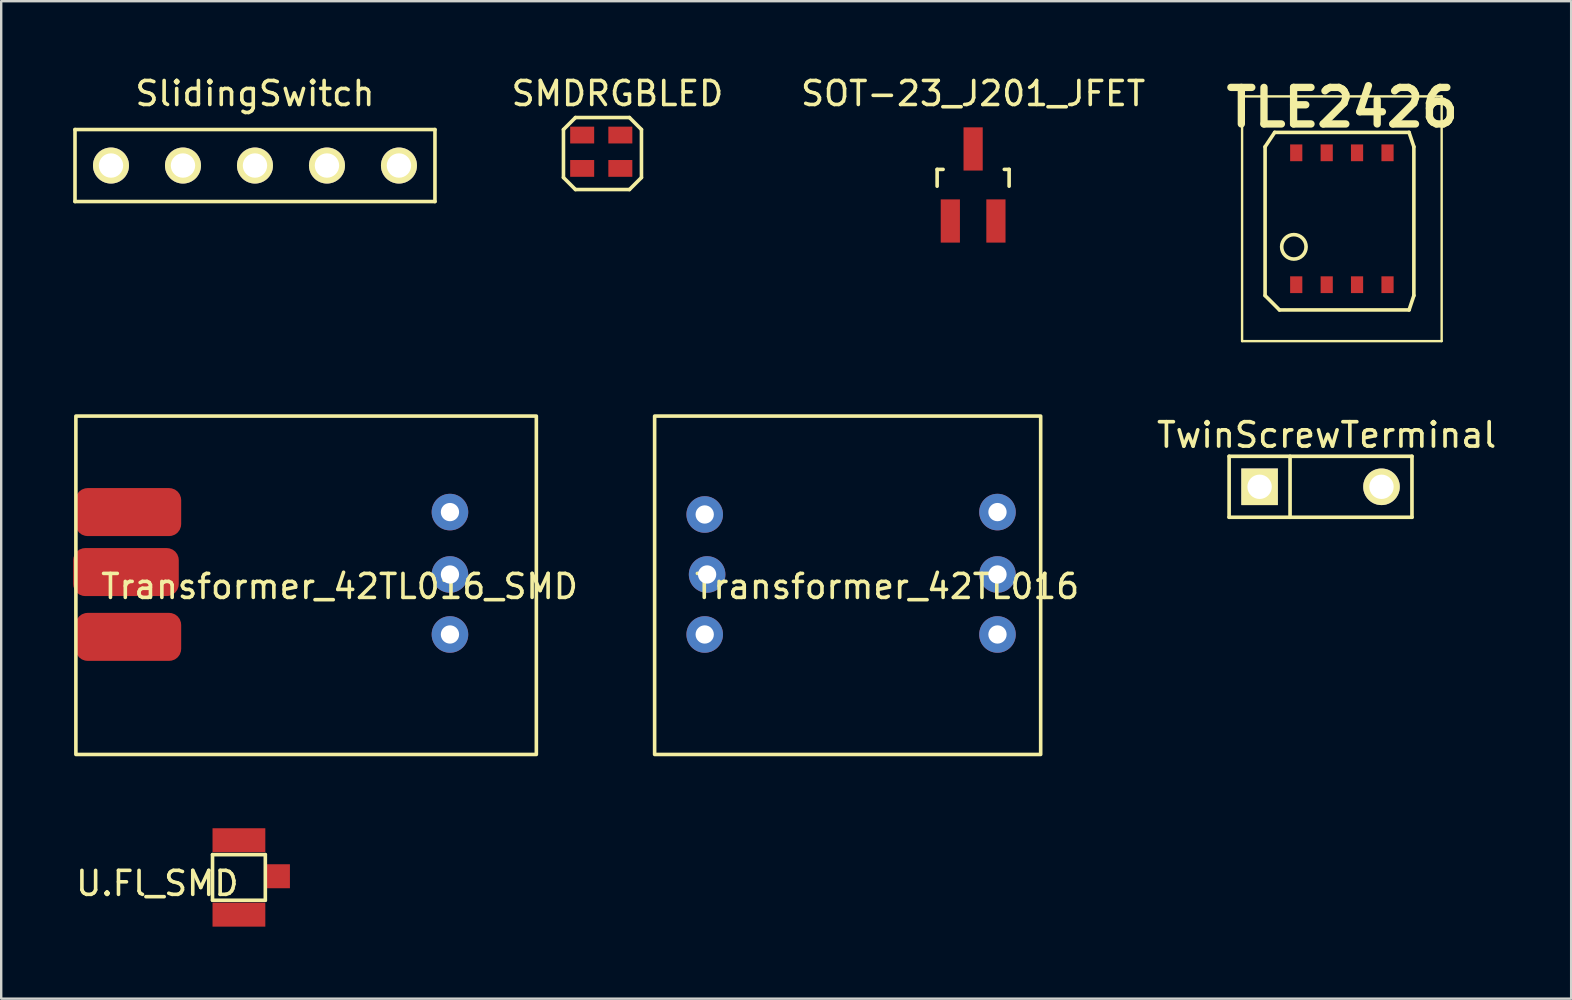
<source format=kicad_pcb>
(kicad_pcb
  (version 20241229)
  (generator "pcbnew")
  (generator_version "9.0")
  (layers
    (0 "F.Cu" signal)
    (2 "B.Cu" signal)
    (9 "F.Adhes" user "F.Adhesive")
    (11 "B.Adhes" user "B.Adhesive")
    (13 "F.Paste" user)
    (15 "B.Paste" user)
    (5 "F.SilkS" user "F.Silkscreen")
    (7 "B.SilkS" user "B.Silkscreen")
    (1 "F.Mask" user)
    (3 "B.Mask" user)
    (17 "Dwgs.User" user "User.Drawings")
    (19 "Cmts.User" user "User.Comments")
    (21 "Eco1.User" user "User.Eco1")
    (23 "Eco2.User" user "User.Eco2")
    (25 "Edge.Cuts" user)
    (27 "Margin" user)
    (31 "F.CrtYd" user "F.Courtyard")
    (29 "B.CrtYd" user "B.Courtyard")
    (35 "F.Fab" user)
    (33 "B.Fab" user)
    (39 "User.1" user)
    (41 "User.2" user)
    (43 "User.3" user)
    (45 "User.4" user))
  (footprint "SOT-23_J201_JFET"
    (layer "F.Cu")
    (at 37.501 4.658)
    (property "Reference" "SOT-23_J201_JFET" (at 0 -3.81 0) (layer "F.SilkS") (effects (font (size 1 1) (thickness 0.15))))
    (attr smd)
    (fp_line (start -1.5 -0.65) (end -1.251 -0.65) (stroke (width 0.15) (type solid)) (layer "F.SilkS"))
    (fp_line (start -1.5 0.051) (end -1.5 -0.65) (stroke (width 0.15) (type solid)) (layer "F.SilkS"))
    (fp_line (start 1.299 -0.65) (end 1.5 -0.65) (stroke (width 0.15) (type solid)) (layer "F.SilkS"))
    (fp_line (start 1.5 -0.65) (end 1.5 0.051) (stroke (width 0.15) (type solid)) (layer "F.SilkS"))
    (pad "D" smd rect (at 0.95 1.501) (size 0.8 1.801) (layers "F.Cu" "F.Mask" "F.Paste"))
    (pad "G" smd rect (at 0 -1.501) (size 0.8 1.801) (layers "F.Cu" "F.Mask" "F.Paste"))
    (pad "S" smd rect (at -0.95 1.501) (size 0.8 1.801) (layers "F.Cu" "F.Mask" "F.Paste")))
  (footprint "SMDRGBLED"
    (layer "F.Cu")
    (at 22.68 3.848)
    (property "Reference" "SMDRGBLED" (at 0 -3 0) (layer "F.SilkS") (effects (font (size 1 1) (thickness 0.15))))
    (fp_line (start -2.25 -1.5) (end -2.25 0.5) (stroke (width 0.15) (type solid)) (layer "F.SilkS"))
    (fp_line (start -2.25 0.5) (end -1.75 1) (stroke (width 0.15) (type solid)) (layer "F.SilkS"))
    (fp_line (start -1.75 -2) (end -2.25 -1.5) (stroke (width 0.15) (type solid)) (layer "F.SilkS"))
    (fp_line (start -1.75 1) (end 0.5 1) (stroke (width 0.15) (type solid)) (layer "F.SilkS"))
    (fp_line (start 0.5 -2) (end -1.75 -2) (stroke (width 0.15) (type solid)) (layer "F.SilkS"))
    (fp_line (start 0.5 1) (end 1 0.5) (stroke (width 0.15) (type solid)) (layer "F.SilkS"))
    (fp_line (start 1 -1.5) (end 0.5 -2) (stroke (width 0.15) (type solid)) (layer "F.SilkS"))
    (fp_line (start 1 0.5) (end 1 -1.5) (stroke (width 0.15) (type solid)) (layer "F.SilkS"))
    (pad "1" smd rect (at 0.12 0.12) (size 1 0.7) (layers "F.Cu" "F.Mask" "F.Paste"))
    (pad "2" smd rect (at -1.47 -1.27) (size 1 0.7) (layers "F.Cu" "F.Mask" "F.Paste"))
    (pad "3" smd rect (at 0.12 -1.27) (size 1 0.7) (layers "F.Cu" "F.Mask" "F.Paste"))
    (pad "4" smd rect (at -1.47 0.12) (size 1 0.7) (layers "F.Cu" "F.Mask" "F.Paste")))
  (footprint "U.Fl_SMD"
    (layer "F.Cu")
    (at 5.806 34.464)
    (property "Reference" "U.Fl_SMD" (at -2.3 -0.7 0) (layer "F.SilkS") (effects (font (size 1 1) (thickness 0.15))))
    (attr through_hole)
    (fp_line (start 0 -1.9) (end 0 0) (stroke (width 0.15) (type solid)) (layer "F.SilkS"))
    (fp_line (start 0 0) (end 2.2 0) (stroke (width 0.15) (type solid)) (layer "F.SilkS"))
    (fp_line (start 2.2 -1.9) (end 0 -1.9) (stroke (width 0.15) (type solid)) (layer "F.SilkS"))
    (fp_line (start 2.2 0) (end 2.2 -1.9) (stroke (width 0.15) (type solid)) (layer "F.SilkS"))
    (pad "1" smd rect (at 1.1 -2.5) (size 2.2 1) (layers "F.Cu" "F.Mask" "F.Paste"))
    (pad "1" smd rect (at 1.1 0.6) (size 2.2 1) (layers "F.Cu" "F.Mask" "F.Paste"))
    (pad "2" smd rect (at 2.7 -1) (size 1.05 1) (layers "F.Cu" "F.Mask" "F.Paste")))
  (footprint "Transformer_42TL016"
    (layer "F.Cu")
    (at 26.316 18.389)
    (property "Reference" "Transformer_42TL016" (at 7.6 3 0) (unlocked yes) (layer "F.SilkS") (effects (font (size 1 1) (thickness 0.15))))
    (attr through_hole)
    (fp_rect (start -2.087 -4.1) (end 14 10) (stroke (width 0.15) (type default)) (fill no) (layer "F.SilkS"))
    (pad "1" thru_hole circle (at 0 0) (size 1.524 1.524) (drill 0.762) (layers "*.Cu" "*.Mask"))
    (pad "2" thru_hole circle (at 0.1 2.5) (size 1.524 1.524) (drill 0.762) (layers "*.Cu" "*.Mask"))
    (pad "3" thru_hole circle (at 0 5) (size 1.524 1.524) (drill 0.762) (layers "*.Cu" "*.Mask"))
    (pad "4" thru_hole circle (at 12.2 5) (size 1.524 1.524) (drill 0.762) (layers "*.Cu" "*.Mask"))
    (pad "5" thru_hole circle (at 12.2 2.5) (size 1.524 1.524) (drill 0.762) (layers "*.Cu" "*.Mask"))
    (pad "6" thru_hole circle (at 12.2 -0.1) (size 1.524 1.524) (drill 0.762) (layers "*.Cu" "*.Mask")))
  (footprint "SlidingSwitch"
    (layer "F.Cu")
    (at 7.575 3.848)
    (property "Reference" "SlidingSwitch" (at 0 -3 0) (layer "F.SilkS") (effects (font (size 1 1) (thickness 0.15))))
    (fp_line (start -7.5 -1.5) (end 7.5 -1.5) (stroke (width 0.15) (type solid)) (layer "F.SilkS"))
    (fp_line (start -7.5 1.5) (end -7.5 -1.5) (stroke (width 0.15) (type solid)) (layer "F.SilkS"))
    (fp_line (start 7.5 -1.5) (end 7.5 1.5) (stroke (width 0.15) (type solid)) (layer "F.SilkS"))
    (fp_line (start 7.5 1.5) (end -7.5 1.5) (stroke (width 0.15) (type solid)) (layer "F.SilkS"))
    (pad "1" thru_hole circle (at -3 0) (size 1.5 1.5) (drill 1.016) (layers "*.Cu" "*.Mask" "F.SilkS"))
    (pad "2" thru_hole circle (at 0 0) (size 1.5 1.5) (drill 1.016) (layers "*.Cu" "*.Mask" "F.SilkS"))
    (pad "3" thru_hole circle (at 3 0) (size 1.5 1.5) (drill 1.016) (layers "*.Cu" "*.Mask" "F.SilkS"))
    (pad "4" thru_hole circle (at 6 0) (size 1.5 1.5) (drill 1.016) (layers "*.Cu" "*.Mask" "F.SilkS"))
    (pad "5" thru_hole circle (at -6 0) (size 1.5 1.5) (drill 1.016) (layers "*.Cu" "*.Mask" "F.SilkS")))
  (footprint "Transformer_42TL016_SMD"
    (layer "F.Cu")
    (at 3.5 18.389)
    (property "Reference" "Transformer_42TL016_SMD" (at 7.6 3 0) (unlocked yes) (layer "F.SilkS") (effects (font (size 1 1) (thickness 0.15))))
    (attr smd)
    (fp_rect (start -3.388 -4.1) (end 15.8 10) (stroke (width 0.15) (type default)) (fill no) (layer "F.SilkS"))
    (pad "1" smd roundrect (at -1.2 -0.1) (size 4.4 2) (layers "F.Cu" "F.Mask" "F.Paste") (roundrect_rratio 0.25))
    (pad "2" smd roundrect (at -1.3 2.4) (size 4.4 2) (layers "F.Cu" "F.Mask" "F.Paste") (roundrect_rratio 0.25))
    (pad "3" smd roundrect (at -1.2 5.1) (size 4.4 2) (layers "F.Cu" "F.Mask" "F.Paste") (roundrect_rratio 0.25))
    (pad "4" thru_hole circle (at 12.2 5) (size 1.524 1.524) (drill 0.762) (layers "*.Cu" "*.Mask"))
    (pad "5" thru_hole circle (at 12.2 2.5) (size 1.524 1.524) (drill 0.762) (layers "*.Cu" "*.Mask"))
    (pad "6" thru_hole circle (at 12.2 -0.1) (size 1.524 1.524) (drill 0.762) (layers "*.Cu" "*.Mask")))
  (footprint "TLE2426"
    (layer "F.Cu")
    (at 52.867 6.066)
    (property "Reference" "TLE2426" (at 0.02 -4.64 0) (layer "F.SilkS") (effects (font (size 1.524 1.524) (thickness 0.305))))
    (fp_line (start -4.158 -5.098) (end -4.158 5.098) (stroke (width 0.1) (type solid)) (layer "F.SilkS"))
    (fp_line (start -4.158 -5.098) (end 4.158 -5.098) (stroke (width 0.1) (type solid)) (layer "F.SilkS"))
    (fp_line (start -4.158 5.098) (end 4.158 5.098) (stroke (width 0.1) (type solid)) (layer "F.SilkS"))
    (fp_line (start -3.2 -3) (end -3.2 3.2) (stroke (width 0.15) (type solid)) (layer "F.SilkS"))
    (fp_line (start -3.2 3.2) (end -2.6 3.8) (stroke (width 0.15) (type solid)) (layer "F.SilkS"))
    (fp_line (start -2.8 -3.6) (end -3.2 -3) (stroke (width 0.15) (type solid)) (layer "F.SilkS"))
    (fp_line (start -2.6 3.8) (end 2.8 3.8) (stroke (width 0.15) (type solid)) (layer "F.SilkS"))
    (fp_line (start 2.8 -3.6) (end -2.8 -3.6) (stroke (width 0.15) (type solid)) (layer "F.SilkS"))
    (fp_line (start 2.8 3.8) (end 3 3.2) (stroke (width 0.15) (type solid)) (layer "F.SilkS"))
    (fp_line (start 3 -3) (end 2.8 -3.6) (stroke (width 0.15) (type solid)) (layer "F.SilkS"))
    (fp_line (start 3 3.2) (end 3 -3) (stroke (width 0.15) (type solid)) (layer "F.SilkS"))
    (fp_line (start 4.158 -5.098) (end 4.158 5.098) (stroke (width 0.1) (type solid)) (layer "F.SilkS"))
    (fp_circle (center -2 1.17) (end -1.64 1.53) (stroke (width 0.15) (type solid)) (fill no) (layer "F.SilkS"))
    (pad "1" smd rect (at -1.902 2.748 180) (size 0.508 0.699) (layers "F.Cu" "F.Mask" "F.Paste"))
    (pad "2" smd rect (at -0.632 2.748 180) (size 0.508 0.699) (layers "F.Cu" "F.Mask" "F.Paste"))
    (pad "3" smd rect (at 0.632 2.748 180) (size 0.508 0.699) (layers "F.Cu" "F.Mask" "F.Paste"))
    (pad "4" smd rect (at 1.902 2.748 180) (size 0.508 0.699) (layers "F.Cu" "F.Mask" "F.Paste"))
    (pad "5" smd rect (at 1.902 -2.748) (size 0.508 0.699) (layers "F.Cu" "F.Mask" "F.Paste"))
    (pad "6" smd rect (at 0.632 -2.748) (size 0.508 0.699) (layers "F.Cu" "F.Mask" "F.Paste"))
    (pad "7" smd rect (at -0.632 -2.748) (size 0.508 0.699) (layers "F.Cu" "F.Mask" "F.Paste"))
    (pad "8" smd rect (at -1.902 -2.748) (size 0.508 0.699) (layers "F.Cu" "F.Mask" "F.Paste")))
  (footprint "TwinScrewTerminal"
    (layer "F.Cu")
    (at 51.978 17.235)
    (property "Reference" "TwinScrewTerminal" (at 0.254 -2.159 0) (layer "F.SilkS") (effects (font (size 1.016 1.016) (thickness 0.152))))
    (fp_line (start -3.81 -1.27) (end 3.81 -1.27) (stroke (width 0.152) (type solid)) (layer "F.SilkS"))
    (fp_line (start -3.81 1.27) (end -3.81 -1.27) (stroke (width 0.152) (type solid)) (layer "F.SilkS"))
    (fp_line (start -1.27 -1.27) (end -1.27 1.27) (stroke (width 0.152) (type solid)) (layer "F.SilkS"))
    (fp_line (start 3.81 -1.27) (end 3.81 1.27) (stroke (width 0.152) (type solid)) (layer "F.SilkS"))
    (fp_line (start 3.81 1.27) (end -3.81 1.27) (stroke (width 0.152) (type solid)) (layer "F.SilkS"))
    (pad "1" thru_hole rect (at -2.54 0) (size 1.524 1.524) (drill 1.016) (layers "*.Cu" "*.Mask" "F.SilkS"))
    (pad "2" thru_hole circle (at 2.54 0) (size 1.524 1.524) (drill 1.016) (layers "*.Cu" "*.Mask" "F.SilkS")))
  (gr_rect
    (start -3 -3)
    (end 62.422 38.564)
    (stroke (width 0.1) (type default))
    (fill no)
    (layer "Edge.Cuts")))
</source>
